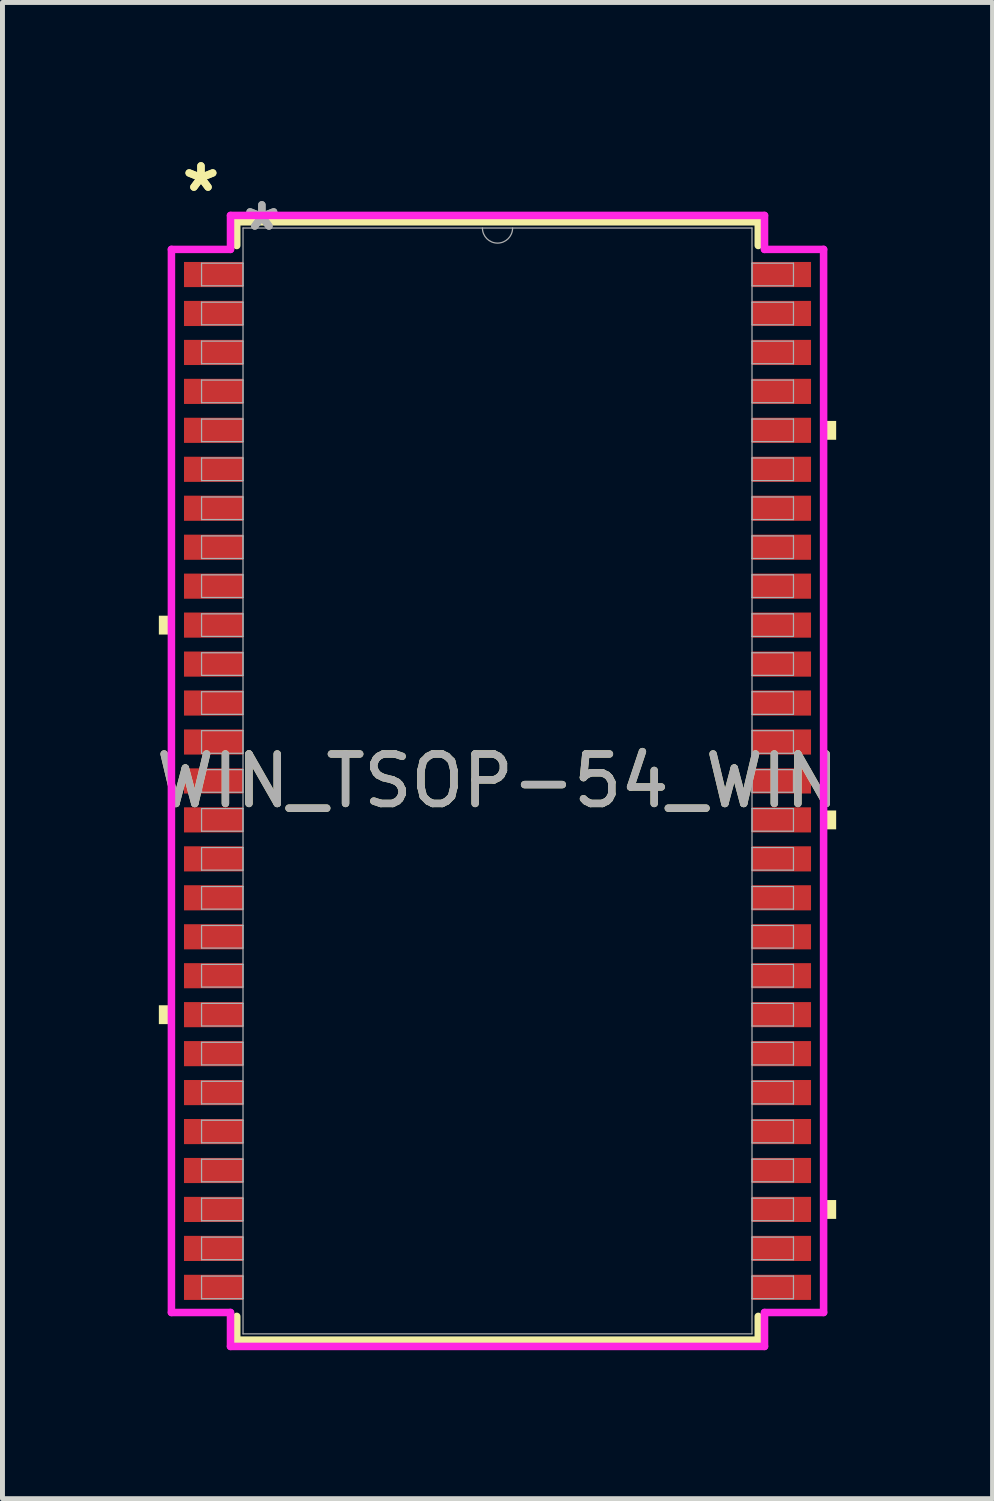
<source format=kicad_pcb>
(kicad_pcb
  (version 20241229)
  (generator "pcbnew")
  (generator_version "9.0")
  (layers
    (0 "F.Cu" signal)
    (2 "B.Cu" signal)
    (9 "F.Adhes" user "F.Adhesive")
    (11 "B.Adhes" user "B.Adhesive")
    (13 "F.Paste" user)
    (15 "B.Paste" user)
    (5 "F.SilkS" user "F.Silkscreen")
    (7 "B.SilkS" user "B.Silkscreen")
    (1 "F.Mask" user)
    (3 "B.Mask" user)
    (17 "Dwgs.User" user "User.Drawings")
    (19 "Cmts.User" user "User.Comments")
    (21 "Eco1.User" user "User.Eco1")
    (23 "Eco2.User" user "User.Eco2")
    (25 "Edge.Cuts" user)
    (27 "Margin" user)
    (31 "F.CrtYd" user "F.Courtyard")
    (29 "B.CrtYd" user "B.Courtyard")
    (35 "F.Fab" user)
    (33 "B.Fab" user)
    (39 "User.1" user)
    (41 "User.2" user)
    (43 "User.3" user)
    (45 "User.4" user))
  (footprint "WIN_TSOP-54_WIN"
    (layer "F.Cu")
    (at 7.006 12.735)
    (property "Reference" "WIN_TSOP-54_WIN" (at 0 0 0) (unlocked yes) (layer "F.SilkS") (effects (font (size 1 1) (thickness 0.15))))
    (attr smd)
    (fp_line (start -5.271 -11.303) (end -5.271 -10.823) (stroke (width 0.152) (type solid)) (layer "F.SilkS"))
    (fp_line (start -5.271 10.823) (end -5.271 11.303) (stroke (width 0.152) (type solid)) (layer "F.SilkS"))
    (fp_line (start -5.271 11.303) (end 5.271 11.303) (stroke (width 0.152) (type solid)) (layer "F.SilkS"))
    (fp_line (start 5.271 -11.303) (end -5.271 -11.303) (stroke (width 0.152) (type solid)) (layer "F.SilkS"))
    (fp_line (start 5.271 -10.823) (end 5.271 -11.303) (stroke (width 0.152) (type solid)) (layer "F.SilkS"))
    (fp_line (start 5.271 11.303) (end 5.271 10.823) (stroke (width 0.152) (type solid)) (layer "F.SilkS"))
    (fp_poly (pts (xy -6.845 -3.34) (xy -6.845 -2.959) (xy -6.591 -2.959) (xy -6.591 -3.34)) (stroke (width 0) (type solid)) (fill yes) (layer "F.SilkS"))
    (fp_poly (pts (xy -6.845 4.534) (xy -6.845 4.915) (xy -6.591 4.915) (xy -6.591 4.534)) (stroke (width 0) (type solid)) (fill yes) (layer "F.SilkS"))
    (fp_poly (pts (xy 6.845 -7.277) (xy 6.845 -6.896) (xy 6.591 -6.896) (xy 6.591 -7.277)) (stroke (width 0) (type solid)) (fill yes) (layer "F.SilkS"))
    (fp_poly (pts (xy 6.845 0.597) (xy 6.845 0.978) (xy 6.591 0.978) (xy 6.591 0.597)) (stroke (width 0) (type solid)) (fill yes) (layer "F.SilkS"))
    (fp_poly (pts (xy 6.845 8.471) (xy 6.845 8.852) (xy 6.591 8.852) (xy 6.591 8.471)) (stroke (width 0) (type solid)) (fill yes) (layer "F.SilkS"))
    (fp_line (start -6.591 -10.744) (end -5.397 -10.744) (stroke (width 0.152) (type solid)) (layer "F.CrtYd"))
    (fp_line (start -6.591 10.744) (end -6.591 -10.744) (stroke (width 0.152) (type solid)) (layer "F.CrtYd"))
    (fp_line (start -6.591 10.744) (end -5.397 10.744) (stroke (width 0.152) (type solid)) (layer "F.CrtYd"))
    (fp_line (start -5.397 -11.43) (end 5.397 -11.43) (stroke (width 0.152) (type solid)) (layer "F.CrtYd"))
    (fp_line (start -5.397 -10.744) (end -5.397 -11.43) (stroke (width 0.152) (type solid)) (layer "F.CrtYd"))
    (fp_line (start -5.397 11.43) (end -5.397 10.744) (stroke (width 0.152) (type solid)) (layer "F.CrtYd"))
    (fp_line (start 5.397 -11.43) (end 5.397 -10.744) (stroke (width 0.152) (type solid)) (layer "F.CrtYd"))
    (fp_line (start 5.397 10.744) (end 5.397 11.43) (stroke (width 0.152) (type solid)) (layer "F.CrtYd"))
    (fp_line (start 5.397 11.43) (end -5.397 11.43) (stroke (width 0.152) (type solid)) (layer "F.CrtYd"))
    (fp_line (start 6.591 -10.744) (end 5.397 -10.744) (stroke (width 0.152) (type solid)) (layer "F.CrtYd"))
    (fp_line (start 6.591 -10.744) (end 6.591 10.744) (stroke (width 0.152) (type solid)) (layer "F.CrtYd"))
    (fp_line (start 6.591 10.744) (end 5.397 10.744) (stroke (width 0.152) (type solid)) (layer "F.CrtYd"))
    (fp_line (start -5.982 -10.465) (end -5.982 -10.008) (stroke (width 0.025) (type solid)) (layer "F.Fab"))
    (fp_line (start -5.982 -10.008) (end -5.144 -10.008) (stroke (width 0.025) (type solid)) (layer "F.Fab"))
    (fp_line (start -5.982 -9.677) (end -5.982 -9.22) (stroke (width 0.025) (type solid)) (layer "F.Fab"))
    (fp_line (start -5.982 -9.22) (end -5.144 -9.22) (stroke (width 0.025) (type solid)) (layer "F.Fab"))
    (fp_line (start -5.982 -8.89) (end -5.982 -8.433) (stroke (width 0.025) (type solid)) (layer "F.Fab"))
    (fp_line (start -5.982 -8.433) (end -5.144 -8.433) (stroke (width 0.025) (type solid)) (layer "F.Fab"))
    (fp_line (start -5.982 -8.103) (end -5.982 -7.645) (stroke (width 0.025) (type solid)) (layer "F.Fab"))
    (fp_line (start -5.982 -7.645) (end -5.144 -7.645) (stroke (width 0.025) (type solid)) (layer "F.Fab"))
    (fp_line (start -5.982 -7.315) (end -5.982 -6.858) (stroke (width 0.025) (type solid)) (layer "F.Fab"))
    (fp_line (start -5.982 -6.858) (end -5.144 -6.858) (stroke (width 0.025) (type solid)) (layer "F.Fab"))
    (fp_line (start -5.982 -6.528) (end -5.982 -6.071) (stroke (width 0.025) (type solid)) (layer "F.Fab"))
    (fp_line (start -5.982 -6.071) (end -5.144 -6.071) (stroke (width 0.025) (type solid)) (layer "F.Fab"))
    (fp_line (start -5.982 -5.74) (end -5.982 -5.283) (stroke (width 0.025) (type solid)) (layer "F.Fab"))
    (fp_line (start -5.982 -5.283) (end -5.144 -5.283) (stroke (width 0.025) (type solid)) (layer "F.Fab"))
    (fp_line (start -5.982 -4.953) (end -5.982 -4.496) (stroke (width 0.025) (type solid)) (layer "F.Fab"))
    (fp_line (start -5.982 -4.496) (end -5.144 -4.496) (stroke (width 0.025) (type solid)) (layer "F.Fab"))
    (fp_line (start -5.982 -4.166) (end -5.982 -3.708) (stroke (width 0.025) (type solid)) (layer "F.Fab"))
    (fp_line (start -5.982 -3.708) (end -5.144 -3.708) (stroke (width 0.025) (type solid)) (layer "F.Fab"))
    (fp_line (start -5.982 -3.378) (end -5.982 -2.921) (stroke (width 0.025) (type solid)) (layer "F.Fab"))
    (fp_line (start -5.982 -2.921) (end -5.144 -2.921) (stroke (width 0.025) (type solid)) (layer "F.Fab"))
    (fp_line (start -5.982 -2.591) (end -5.982 -2.134) (stroke (width 0.025) (type solid)) (layer "F.Fab"))
    (fp_line (start -5.982 -2.134) (end -5.144 -2.134) (stroke (width 0.025) (type solid)) (layer "F.Fab"))
    (fp_line (start -5.982 -1.803) (end -5.982 -1.346) (stroke (width 0.025) (type solid)) (layer "F.Fab"))
    (fp_line (start -5.982 -1.346) (end -5.144 -1.346) (stroke (width 0.025) (type solid)) (layer "F.Fab"))
    (fp_line (start -5.982 -1.016) (end -5.982 -0.559) (stroke (width 0.025) (type solid)) (layer "F.Fab"))
    (fp_line (start -5.982 -0.559) (end -5.144 -0.559) (stroke (width 0.025) (type solid)) (layer "F.Fab"))
    (fp_line (start -5.982 -0.229) (end -5.982 0.229) (stroke (width 0.025) (type solid)) (layer "F.Fab"))
    (fp_line (start -5.982 0.229) (end -5.144 0.229) (stroke (width 0.025) (type solid)) (layer "F.Fab"))
    (fp_line (start -5.982 0.559) (end -5.982 1.016) (stroke (width 0.025) (type solid)) (layer "F.Fab"))
    (fp_line (start -5.982 1.016) (end -5.144 1.016) (stroke (width 0.025) (type solid)) (layer "F.Fab"))
    (fp_line (start -5.982 1.346) (end -5.982 1.803) (stroke (width 0.025) (type solid)) (layer "F.Fab"))
    (fp_line (start -5.982 1.803) (end -5.144 1.803) (stroke (width 0.025) (type solid)) (layer "F.Fab"))
    (fp_line (start -5.982 2.134) (end -5.982 2.591) (stroke (width 0.025) (type solid)) (layer "F.Fab"))
    (fp_line (start -5.982 2.591) (end -5.144 2.591) (stroke (width 0.025) (type solid)) (layer "F.Fab"))
    (fp_line (start -5.982 2.921) (end -5.982 3.378) (stroke (width 0.025) (type solid)) (layer "F.Fab"))
    (fp_line (start -5.982 3.378) (end -5.144 3.378) (stroke (width 0.025) (type solid)) (layer "F.Fab"))
    (fp_line (start -5.982 3.708) (end -5.982 4.166) (stroke (width 0.025) (type solid)) (layer "F.Fab"))
    (fp_line (start -5.982 4.166) (end -5.144 4.166) (stroke (width 0.025) (type solid)) (layer "F.Fab"))
    (fp_line (start -5.982 4.496) (end -5.982 4.953) (stroke (width 0.025) (type solid)) (layer "F.Fab"))
    (fp_line (start -5.982 4.953) (end -5.144 4.953) (stroke (width 0.025) (type solid)) (layer "F.Fab"))
    (fp_line (start -5.982 5.283) (end -5.982 5.74) (stroke (width 0.025) (type solid)) (layer "F.Fab"))
    (fp_line (start -5.982 5.74) (end -5.144 5.74) (stroke (width 0.025) (type solid)) (layer "F.Fab"))
    (fp_line (start -5.982 6.071) (end -5.982 6.528) (stroke (width 0.025) (type solid)) (layer "F.Fab"))
    (fp_line (start -5.982 6.528) (end -5.144 6.528) (stroke (width 0.025) (type solid)) (layer "F.Fab"))
    (fp_line (start -5.982 6.858) (end -5.982 7.315) (stroke (width 0.025) (type solid)) (layer "F.Fab"))
    (fp_line (start -5.982 7.315) (end -5.144 7.315) (stroke (width 0.025) (type solid)) (layer "F.Fab"))
    (fp_line (start -5.982 7.645) (end -5.982 8.103) (stroke (width 0.025) (type solid)) (layer "F.Fab"))
    (fp_line (start -5.982 8.103) (end -5.144 8.103) (stroke (width 0.025) (type solid)) (layer "F.Fab"))
    (fp_line (start -5.982 8.433) (end -5.982 8.89) (stroke (width 0.025) (type solid)) (layer "F.Fab"))
    (fp_line (start -5.982 8.89) (end -5.144 8.89) (stroke (width 0.025) (type solid)) (layer "F.Fab"))
    (fp_line (start -5.982 9.22) (end -5.982 9.677) (stroke (width 0.025) (type solid)) (layer "F.Fab"))
    (fp_line (start -5.982 9.677) (end -5.144 9.677) (stroke (width 0.025) (type solid)) (layer "F.Fab"))
    (fp_line (start -5.982 10.008) (end -5.982 10.465) (stroke (width 0.025) (type solid)) (layer "F.Fab"))
    (fp_line (start -5.982 10.465) (end -5.144 10.465) (stroke (width 0.025) (type solid)) (layer "F.Fab"))
    (fp_line (start -5.144 -11.176) (end -5.144 11.176) (stroke (width 0.025) (type solid)) (layer "F.Fab"))
    (fp_line (start -5.144 -10.465) (end -5.982 -10.465) (stroke (width 0.025) (type solid)) (layer "F.Fab"))
    (fp_line (start -5.144 -10.008) (end -5.144 -10.465) (stroke (width 0.025) (type solid)) (layer "F.Fab"))
    (fp_line (start -5.144 -9.677) (end -5.982 -9.677) (stroke (width 0.025) (type solid)) (layer "F.Fab"))
    (fp_line (start -5.144 -9.22) (end -5.144 -9.677) (stroke (width 0.025) (type solid)) (layer "F.Fab"))
    (fp_line (start -5.144 -8.89) (end -5.982 -8.89) (stroke (width 0.025) (type solid)) (layer "F.Fab"))
    (fp_line (start -5.144 -8.433) (end -5.144 -8.89) (stroke (width 0.025) (type solid)) (layer "F.Fab"))
    (fp_line (start -5.144 -8.103) (end -5.982 -8.103) (stroke (width 0.025) (type solid)) (layer "F.Fab"))
    (fp_line (start -5.144 -7.645) (end -5.144 -8.103) (stroke (width 0.025) (type solid)) (layer "F.Fab"))
    (fp_line (start -5.144 -7.315) (end -5.982 -7.315) (stroke (width 0.025) (type solid)) (layer "F.Fab"))
    (fp_line (start -5.144 -6.858) (end -5.144 -7.315) (stroke (width 0.025) (type solid)) (layer "F.Fab"))
    (fp_line (start -5.144 -6.528) (end -5.982 -6.528) (stroke (width 0.025) (type solid)) (layer "F.Fab"))
    (fp_line (start -5.144 -6.071) (end -5.144 -6.528) (stroke (width 0.025) (type solid)) (layer "F.Fab"))
    (fp_line (start -5.144 -5.74) (end -5.982 -5.74) (stroke (width 0.025) (type solid)) (layer "F.Fab"))
    (fp_line (start -5.144 -5.283) (end -5.144 -5.74) (stroke (width 0.025) (type solid)) (layer "F.Fab"))
    (fp_line (start -5.144 -4.953) (end -5.982 -4.953) (stroke (width 0.025) (type solid)) (layer "F.Fab"))
    (fp_line (start -5.144 -4.496) (end -5.144 -4.953) (stroke (width 0.025) (type solid)) (layer "F.Fab"))
    (fp_line (start -5.144 -4.166) (end -5.982 -4.166) (stroke (width 0.025) (type solid)) (layer "F.Fab"))
    (fp_line (start -5.144 -3.708) (end -5.144 -4.166) (stroke (width 0.025) (type solid)) (layer "F.Fab"))
    (fp_line (start -5.144 -3.378) (end -5.982 -3.378) (stroke (width 0.025) (type solid)) (layer "F.Fab"))
    (fp_line (start -5.144 -2.921) (end -5.144 -3.378) (stroke (width 0.025) (type solid)) (layer "F.Fab"))
    (fp_line (start -5.144 -2.591) (end -5.982 -2.591) (stroke (width 0.025) (type solid)) (layer "F.Fab"))
    (fp_line (start -5.144 -2.134) (end -5.144 -2.591) (stroke (width 0.025) (type solid)) (layer "F.Fab"))
    (fp_line (start -5.144 -1.803) (end -5.982 -1.803) (stroke (width 0.025) (type solid)) (layer "F.Fab"))
    (fp_line (start -5.144 -1.346) (end -5.144 -1.803) (stroke (width 0.025) (type solid)) (layer "F.Fab"))
    (fp_line (start -5.144 -1.016) (end -5.982 -1.016) (stroke (width 0.025) (type solid)) (layer "F.Fab"))
    (fp_line (start -5.144 -0.559) (end -5.144 -1.016) (stroke (width 0.025) (type solid)) (layer "F.Fab"))
    (fp_line (start -5.144 -0.229) (end -5.982 -0.229) (stroke (width 0.025) (type solid)) (layer "F.Fab"))
    (fp_line (start -5.144 0.229) (end -5.144 -0.229) (stroke (width 0.025) (type solid)) (layer "F.Fab"))
    (fp_line (start -5.144 0.559) (end -5.982 0.559) (stroke (width 0.025) (type solid)) (layer "F.Fab"))
    (fp_line (start -5.144 1.016) (end -5.144 0.559) (stroke (width 0.025) (type solid)) (layer "F.Fab"))
    (fp_line (start -5.144 1.346) (end -5.982 1.346) (stroke (width 0.025) (type solid)) (layer "F.Fab"))
    (fp_line (start -5.144 1.803) (end -5.144 1.346) (stroke (width 0.025) (type solid)) (layer "F.Fab"))
    (fp_line (start -5.144 2.134) (end -5.982 2.134) (stroke (width 0.025) (type solid)) (layer "F.Fab"))
    (fp_line (start -5.144 2.591) (end -5.144 2.134) (stroke (width 0.025) (type solid)) (layer "F.Fab"))
    (fp_line (start -5.144 2.921) (end -5.982 2.921) (stroke (width 0.025) (type solid)) (layer "F.Fab"))
    (fp_line (start -5.144 3.378) (end -5.144 2.921) (stroke (width 0.025) (type solid)) (layer "F.Fab"))
    (fp_line (start -5.144 3.708) (end -5.982 3.708) (stroke (width 0.025) (type solid)) (layer "F.Fab"))
    (fp_line (start -5.144 4.166) (end -5.144 3.708) (stroke (width 0.025) (type solid)) (layer "F.Fab"))
    (fp_line (start -5.144 4.496) (end -5.982 4.496) (stroke (width 0.025) (type solid)) (layer "F.Fab"))
    (fp_line (start -5.144 4.953) (end -5.144 4.496) (stroke (width 0.025) (type solid)) (layer "F.Fab"))
    (fp_line (start -5.144 5.283) (end -5.982 5.283) (stroke (width 0.025) (type solid)) (layer "F.Fab"))
    (fp_line (start -5.144 5.74) (end -5.144 5.283) (stroke (width 0.025) (type solid)) (layer "F.Fab"))
    (fp_line (start -5.144 6.071) (end -5.982 6.071) (stroke (width 0.025) (type solid)) (layer "F.Fab"))
    (fp_line (start -5.144 6.528) (end -5.144 6.071) (stroke (width 0.025) (type solid)) (layer "F.Fab"))
    (fp_line (start -5.144 6.858) (end -5.982 6.858) (stroke (width 0.025) (type solid)) (layer "F.Fab"))
    (fp_line (start -5.144 7.315) (end -5.144 6.858) (stroke (width 0.025) (type solid)) (layer "F.Fab"))
    (fp_line (start -5.144 7.645) (end -5.982 7.645) (stroke (width 0.025) (type solid)) (layer "F.Fab"))
    (fp_line (start -5.144 8.103) (end -5.144 7.645) (stroke (width 0.025) (type solid)) (layer "F.Fab"))
    (fp_line (start -5.144 8.433) (end -5.982 8.433) (stroke (width 0.025) (type solid)) (layer "F.Fab"))
    (fp_line (start -5.144 8.89) (end -5.144 8.433) (stroke (width 0.025) (type solid)) (layer "F.Fab"))
    (fp_line (start -5.144 9.22) (end -5.982 9.22) (stroke (width 0.025) (type solid)) (layer "F.Fab"))
    (fp_line (start -5.144 9.677) (end -5.144 9.22) (stroke (width 0.025) (type solid)) (layer "F.Fab"))
    (fp_line (start -5.144 10.008) (end -5.982 10.008) (stroke (width 0.025) (type solid)) (layer "F.Fab"))
    (fp_line (start -5.144 10.465) (end -5.144 10.008) (stroke (width 0.025) (type solid)) (layer "F.Fab"))
    (fp_line (start -5.144 11.176) (end 5.144 11.176) (stroke (width 0.025) (type solid)) (layer "F.Fab"))
    (fp_line (start 5.144 -11.176) (end -5.144 -11.176) (stroke (width 0.025) (type solid)) (layer "F.Fab"))
    (fp_line (start 5.144 -10.465) (end 5.144 -10.008) (stroke (width 0.025) (type solid)) (layer "F.Fab"))
    (fp_line (start 5.144 -10.008) (end 5.982 -10.008) (stroke (width 0.025) (type solid)) (layer "F.Fab"))
    (fp_line (start 5.144 -9.677) (end 5.144 -9.22) (stroke (width 0.025) (type solid)) (layer "F.Fab"))
    (fp_line (start 5.144 -9.22) (end 5.982 -9.22) (stroke (width 0.025) (type solid)) (layer "F.Fab"))
    (fp_line (start 5.144 -8.89) (end 5.144 -8.433) (stroke (width 0.025) (type solid)) (layer "F.Fab"))
    (fp_line (start 5.144 -8.433) (end 5.982 -8.433) (stroke (width 0.025) (type solid)) (layer "F.Fab"))
    (fp_line (start 5.144 -8.103) (end 5.144 -7.645) (stroke (width 0.025) (type solid)) (layer "F.Fab"))
    (fp_line (start 5.144 -7.645) (end 5.982 -7.645) (stroke (width 0.025) (type solid)) (layer "F.Fab"))
    (fp_line (start 5.144 -7.315) (end 5.144 -6.858) (stroke (width 0.025) (type solid)) (layer "F.Fab"))
    (fp_line (start 5.144 -6.858) (end 5.982 -6.858) (stroke (width 0.025) (type solid)) (layer "F.Fab"))
    (fp_line (start 5.144 -6.528) (end 5.144 -6.071) (stroke (width 0.025) (type solid)) (layer "F.Fab"))
    (fp_line (start 5.144 -6.071) (end 5.982 -6.071) (stroke (width 0.025) (type solid)) (layer "F.Fab"))
    (fp_line (start 5.144 -5.74) (end 5.144 -5.283) (stroke (width 0.025) (type solid)) (layer "F.Fab"))
    (fp_line (start 5.144 -5.283) (end 5.982 -5.283) (stroke (width 0.025) (type solid)) (layer "F.Fab"))
    (fp_line (start 5.144 -4.953) (end 5.144 -4.496) (stroke (width 0.025) (type solid)) (layer "F.Fab"))
    (fp_line (start 5.144 -4.496) (end 5.982 -4.496) (stroke (width 0.025) (type solid)) (layer "F.Fab"))
    (fp_line (start 5.144 -4.166) (end 5.144 -3.708) (stroke (width 0.025) (type solid)) (layer "F.Fab"))
    (fp_line (start 5.144 -3.708) (end 5.982 -3.708) (stroke (width 0.025) (type solid)) (layer "F.Fab"))
    (fp_line (start 5.144 -3.378) (end 5.144 -2.921) (stroke (width 0.025) (type solid)) (layer "F.Fab"))
    (fp_line (start 5.144 -2.921) (end 5.982 -2.921) (stroke (width 0.025) (type solid)) (layer "F.Fab"))
    (fp_line (start 5.144 -2.591) (end 5.144 -2.134) (stroke (width 0.025) (type solid)) (layer "F.Fab"))
    (fp_line (start 5.144 -2.134) (end 5.982 -2.134) (stroke (width 0.025) (type solid)) (layer "F.Fab"))
    (fp_line (start 5.144 -1.803) (end 5.144 -1.346) (stroke (width 0.025) (type solid)) (layer "F.Fab"))
    (fp_line (start 5.144 -1.346) (end 5.982 -1.346) (stroke (width 0.025) (type solid)) (layer "F.Fab"))
    (fp_line (start 5.144 -1.016) (end 5.144 -0.559) (stroke (width 0.025) (type solid)) (layer "F.Fab"))
    (fp_line (start 5.144 -0.559) (end 5.982 -0.559) (stroke (width 0.025) (type solid)) (layer "F.Fab"))
    (fp_line (start 5.144 -0.229) (end 5.144 0.229) (stroke (width 0.025) (type solid)) (layer "F.Fab"))
    (fp_line (start 5.144 0.229) (end 5.982 0.229) (stroke (width 0.025) (type solid)) (layer "F.Fab"))
    (fp_line (start 5.144 0.559) (end 5.144 1.016) (stroke (width 0.025) (type solid)) (layer "F.Fab"))
    (fp_line (start 5.144 1.016) (end 5.982 1.016) (stroke (width 0.025) (type solid)) (layer "F.Fab"))
    (fp_line (start 5.144 1.346) (end 5.144 1.803) (stroke (width 0.025) (type solid)) (layer "F.Fab"))
    (fp_line (start 5.144 1.803) (end 5.982 1.803) (stroke (width 0.025) (type solid)) (layer "F.Fab"))
    (fp_line (start 5.144 2.134) (end 5.144 2.591) (stroke (width 0.025) (type solid)) (layer "F.Fab"))
    (fp_line (start 5.144 2.591) (end 5.982 2.591) (stroke (width 0.025) (type solid)) (layer "F.Fab"))
    (fp_line (start 5.144 2.921) (end 5.144 3.378) (stroke (width 0.025) (type solid)) (layer "F.Fab"))
    (fp_line (start 5.144 3.378) (end 5.982 3.378) (stroke (width 0.025) (type solid)) (layer "F.Fab"))
    (fp_line (start 5.144 3.708) (end 5.144 4.166) (stroke (width 0.025) (type solid)) (layer "F.Fab"))
    (fp_line (start 5.144 4.166) (end 5.982 4.166) (stroke (width 0.025) (type solid)) (layer "F.Fab"))
    (fp_line (start 5.144 4.496) (end 5.144 4.953) (stroke (width 0.025) (type solid)) (layer "F.Fab"))
    (fp_line (start 5.144 4.953) (end 5.982 4.953) (stroke (width 0.025) (type solid)) (layer "F.Fab"))
    (fp_line (start 5.144 5.283) (end 5.144 5.74) (stroke (width 0.025) (type solid)) (layer "F.Fab"))
    (fp_line (start 5.144 5.74) (end 5.982 5.74) (stroke (width 0.025) (type solid)) (layer "F.Fab"))
    (fp_line (start 5.144 6.071) (end 5.144 6.528) (stroke (width 0.025) (type solid)) (layer "F.Fab"))
    (fp_line (start 5.144 6.528) (end 5.982 6.528) (stroke (width 0.025) (type solid)) (layer "F.Fab"))
    (fp_line (start 5.144 6.858) (end 5.144 7.315) (stroke (width 0.025) (type solid)) (layer "F.Fab"))
    (fp_line (start 5.144 7.315) (end 5.982 7.315) (stroke (width 0.025) (type solid)) (layer "F.Fab"))
    (fp_line (start 5.144 7.645) (end 5.144 8.103) (stroke (width 0.025) (type solid)) (layer "F.Fab"))
    (fp_line (start 5.144 8.103) (end 5.982 8.103) (stroke (width 0.025) (type solid)) (layer "F.Fab"))
    (fp_line (start 5.144 8.433) (end 5.144 8.89) (stroke (width 0.025) (type solid)) (layer "F.Fab"))
    (fp_line (start 5.144 8.89) (end 5.982 8.89) (stroke (width 0.025) (type solid)) (layer "F.Fab"))
    (fp_line (start 5.144 9.22) (end 5.144 9.677) (stroke (width 0.025) (type solid)) (layer "F.Fab"))
    (fp_line (start 5.144 9.677) (end 5.982 9.677) (stroke (width 0.025) (type solid)) (layer "F.Fab"))
    (fp_line (start 5.144 10.008) (end 5.144 10.465) (stroke (width 0.025) (type solid)) (layer "F.Fab"))
    (fp_line (start 5.144 10.465) (end 5.982 10.465) (stroke (width 0.025) (type solid)) (layer "F.Fab"))
    (fp_line (start 5.144 11.176) (end 5.144 -11.176) (stroke (width 0.025) (type solid)) (layer "F.Fab"))
    (fp_line (start 5.982 -10.465) (end 5.144 -10.465) (stroke (width 0.025) (type solid)) (layer "F.Fab"))
    (fp_line (start 5.982 -10.008) (end 5.982 -10.465) (stroke (width 0.025) (type solid)) (layer "F.Fab"))
    (fp_line (start 5.982 -9.677) (end 5.144 -9.677) (stroke (width 0.025) (type solid)) (layer "F.Fab"))
    (fp_line (start 5.982 -9.22) (end 5.982 -9.677) (stroke (width 0.025) (type solid)) (layer "F.Fab"))
    (fp_line (start 5.982 -8.89) (end 5.144 -8.89) (stroke (width 0.025) (type solid)) (layer "F.Fab"))
    (fp_line (start 5.982 -8.433) (end 5.982 -8.89) (stroke (width 0.025) (type solid)) (layer "F.Fab"))
    (fp_line (start 5.982 -8.103) (end 5.144 -8.103) (stroke (width 0.025) (type solid)) (layer "F.Fab"))
    (fp_line (start 5.982 -7.645) (end 5.982 -8.103) (stroke (width 0.025) (type solid)) (layer "F.Fab"))
    (fp_line (start 5.982 -7.315) (end 5.144 -7.315) (stroke (width 0.025) (type solid)) (layer "F.Fab"))
    (fp_line (start 5.982 -6.858) (end 5.982 -7.315) (stroke (width 0.025) (type solid)) (layer "F.Fab"))
    (fp_line (start 5.982 -6.528) (end 5.144 -6.528) (stroke (width 0.025) (type solid)) (layer "F.Fab"))
    (fp_line (start 5.982 -6.071) (end 5.982 -6.528) (stroke (width 0.025) (type solid)) (layer "F.Fab"))
    (fp_line (start 5.982 -5.74) (end 5.144 -5.74) (stroke (width 0.025) (type solid)) (layer "F.Fab"))
    (fp_line (start 5.982 -5.283) (end 5.982 -5.74) (stroke (width 0.025) (type solid)) (layer "F.Fab"))
    (fp_line (start 5.982 -4.953) (end 5.144 -4.953) (stroke (width 0.025) (type solid)) (layer "F.Fab"))
    (fp_line (start 5.982 -4.496) (end 5.982 -4.953) (stroke (width 0.025) (type solid)) (layer "F.Fab"))
    (fp_line (start 5.982 -4.166) (end 5.144 -4.166) (stroke (width 0.025) (type solid)) (layer "F.Fab"))
    (fp_line (start 5.982 -3.708) (end 5.982 -4.166) (stroke (width 0.025) (type solid)) (layer "F.Fab"))
    (fp_line (start 5.982 -3.378) (end 5.144 -3.378) (stroke (width 0.025) (type solid)) (layer "F.Fab"))
    (fp_line (start 5.982 -2.921) (end 5.982 -3.378) (stroke (width 0.025) (type solid)) (layer "F.Fab"))
    (fp_line (start 5.982 -2.591) (end 5.144 -2.591) (stroke (width 0.025) (type solid)) (layer "F.Fab"))
    (fp_line (start 5.982 -2.134) (end 5.982 -2.591) (stroke (width 0.025) (type solid)) (layer "F.Fab"))
    (fp_line (start 5.982 -1.803) (end 5.144 -1.803) (stroke (width 0.025) (type solid)) (layer "F.Fab"))
    (fp_line (start 5.982 -1.346) (end 5.982 -1.803) (stroke (width 0.025) (type solid)) (layer "F.Fab"))
    (fp_line (start 5.982 -1.016) (end 5.144 -1.016) (stroke (width 0.025) (type solid)) (layer "F.Fab"))
    (fp_line (start 5.982 -0.559) (end 5.982 -1.016) (stroke (width 0.025) (type solid)) (layer "F.Fab"))
    (fp_line (start 5.982 -0.229) (end 5.144 -0.229) (stroke (width 0.025) (type solid)) (layer "F.Fab"))
    (fp_line (start 5.982 0.229) (end 5.982 -0.229) (stroke (width 0.025) (type solid)) (layer "F.Fab"))
    (fp_line (start 5.982 0.559) (end 5.144 0.559) (stroke (width 0.025) (type solid)) (layer "F.Fab"))
    (fp_line (start 5.982 1.016) (end 5.982 0.559) (stroke (width 0.025) (type solid)) (layer "F.Fab"))
    (fp_line (start 5.982 1.346) (end 5.144 1.346) (stroke (width 0.025) (type solid)) (layer "F.Fab"))
    (fp_line (start 5.982 1.803) (end 5.982 1.346) (stroke (width 0.025) (type solid)) (layer "F.Fab"))
    (fp_line (start 5.982 2.134) (end 5.144 2.134) (stroke (width 0.025) (type solid)) (layer "F.Fab"))
    (fp_line (start 5.982 2.591) (end 5.982 2.134) (stroke (width 0.025) (type solid)) (layer "F.Fab"))
    (fp_line (start 5.982 2.921) (end 5.144 2.921) (stroke (width 0.025) (type solid)) (layer "F.Fab"))
    (fp_line (start 5.982 3.378) (end 5.982 2.921) (stroke (width 0.025) (type solid)) (layer "F.Fab"))
    (fp_line (start 5.982 3.708) (end 5.144 3.708) (stroke (width 0.025) (type solid)) (layer "F.Fab"))
    (fp_line (start 5.982 4.166) (end 5.982 3.708) (stroke (width 0.025) (type solid)) (layer "F.Fab"))
    (fp_line (start 5.982 4.496) (end 5.144 4.496) (stroke (width 0.025) (type solid)) (layer "F.Fab"))
    (fp_line (start 5.982 4.953) (end 5.982 4.496) (stroke (width 0.025) (type solid)) (layer "F.Fab"))
    (fp_line (start 5.982 5.283) (end 5.144 5.283) (stroke (width 0.025) (type solid)) (layer "F.Fab"))
    (fp_line (start 5.982 5.74) (end 5.982 5.283) (stroke (width 0.025) (type solid)) (layer "F.Fab"))
    (fp_line (start 5.982 6.071) (end 5.144 6.071) (stroke (width 0.025) (type solid)) (layer "F.Fab"))
    (fp_line (start 5.982 6.528) (end 5.982 6.071) (stroke (width 0.025) (type solid)) (layer "F.Fab"))
    (fp_line (start 5.982 6.858) (end 5.144 6.858) (stroke (width 0.025) (type solid)) (layer "F.Fab"))
    (fp_line (start 5.982 7.315) (end 5.982 6.858) (stroke (width 0.025) (type solid)) (layer "F.Fab"))
    (fp_line (start 5.982 7.645) (end 5.144 7.645) (stroke (width 0.025) (type solid)) (layer "F.Fab"))
    (fp_line (start 5.982 8.103) (end 5.982 7.645) (stroke (width 0.025) (type solid)) (layer "F.Fab"))
    (fp_line (start 5.982 8.433) (end 5.144 8.433) (stroke (width 0.025) (type solid)) (layer "F.Fab"))
    (fp_line (start 5.982 8.89) (end 5.982 8.433) (stroke (width 0.025) (type solid)) (layer "F.Fab"))
    (fp_line (start 5.982 9.22) (end 5.144 9.22) (stroke (width 0.025) (type solid)) (layer "F.Fab"))
    (fp_line (start 5.982 9.677) (end 5.982 9.22) (stroke (width 0.025) (type solid)) (layer "F.Fab"))
    (fp_line (start 5.982 10.008) (end 5.144 10.008) (stroke (width 0.025) (type solid)) (layer "F.Fab"))
    (fp_line (start 5.982 10.465) (end 5.982 10.008) (stroke (width 0.025) (type solid)) (layer "F.Fab"))
    (fp_arc (start 0.3048 -11.176) (mid 0 -10.8712) (end -0.3048 -11.176) (stroke (width 0.0254) (type solid)) (layer "F.Fab"))
    (fp_text user "*" (at -5.994 -11.887 0) (layer "F.SilkS") (effects (font (size 1 1) (thickness 0.15))))
    (fp_text user "*" (at -5.994 -11.887 0) (unlocked yes) (layer "F.SilkS") (effects (font (size 1 1) (thickness 0.15))))
    (fp_text user "${REFERENCE}" (at 0 0 0) (unlocked yes) (layer "F.Fab") (effects (font (size 1 1) (thickness 0.15))))
    (fp_text user "*" (at -4.763 -11.1 0) (unlocked yes) (layer "F.Fab") (effects (font (size 1 1) (thickness 0.15))))
    (fp_text user "*" (at -4.763 -11.1 0) (layer "F.Fab") (effects (font (size 1 1) (thickness 0.15))))
    (pad "1" smd rect (at -5.74 -10.236) (size 1.194 0.508) (layers "F.Cu" "F.Mask" "F.Paste"))
    (pad "2" smd rect (at -5.74 -9.449) (size 1.194 0.508) (layers "F.Cu" "F.Mask" "F.Paste"))
    (pad "3" smd rect (at -5.74 -8.661) (size 1.194 0.508) (layers "F.Cu" "F.Mask" "F.Paste"))
    (pad "4" smd rect (at -5.74 -7.874) (size 1.194 0.508) (layers "F.Cu" "F.Mask" "F.Paste"))
    (pad "5" smd rect (at -5.74 -7.087) (size 1.194 0.508) (layers "F.Cu" "F.Mask" "F.Paste"))
    (pad "6" smd rect (at -5.74 -6.299) (size 1.194 0.508) (layers "F.Cu" "F.Mask" "F.Paste"))
    (pad "7" smd rect (at -5.74 -5.512) (size 1.194 0.508) (layers "F.Cu" "F.Mask" "F.Paste"))
    (pad "8" smd rect (at -5.74 -4.724) (size 1.194 0.508) (layers "F.Cu" "F.Mask" "F.Paste"))
    (pad "9" smd rect (at -5.74 -3.937) (size 1.194 0.508) (layers "F.Cu" "F.Mask" "F.Paste"))
    (pad "10" smd rect (at -5.74 -3.15) (size 1.194 0.508) (layers "F.Cu" "F.Mask" "F.Paste"))
    (pad "11" smd rect (at -5.74 -2.362) (size 1.194 0.508) (layers "F.Cu" "F.Mask" "F.Paste"))
    (pad "12" smd rect (at -5.74 -1.575) (size 1.194 0.508) (layers "F.Cu" "F.Mask" "F.Paste"))
    (pad "13" smd rect (at -5.74 -0.787) (size 1.194 0.508) (layers "F.Cu" "F.Mask" "F.Paste"))
    (pad "14" smd rect (at -5.74 0) (size 1.194 0.508) (layers "F.Cu" "F.Mask" "F.Paste"))
    (pad "15" smd rect (at -5.74 0.787) (size 1.194 0.508) (layers "F.Cu" "F.Mask" "F.Paste"))
    (pad "16" smd rect (at -5.74 1.575) (size 1.194 0.508) (layers "F.Cu" "F.Mask" "F.Paste"))
    (pad "17" smd rect (at -5.74 2.362) (size 1.194 0.508) (layers "F.Cu" "F.Mask" "F.Paste"))
    (pad "18" smd rect (at -5.74 3.15) (size 1.194 0.508) (layers "F.Cu" "F.Mask" "F.Paste"))
    (pad "19" smd rect (at -5.74 3.937) (size 1.194 0.508) (layers "F.Cu" "F.Mask" "F.Paste"))
    (pad "20" smd rect (at -5.74 4.724) (size 1.194 0.508) (layers "F.Cu" "F.Mask" "F.Paste"))
    (pad "21" smd rect (at -5.74 5.512) (size 1.194 0.508) (layers "F.Cu" "F.Mask" "F.Paste"))
    (pad "22" smd rect (at -5.74 6.299) (size 1.194 0.508) (layers "F.Cu" "F.Mask" "F.Paste"))
    (pad "23" smd rect (at -5.74 7.087) (size 1.194 0.508) (layers "F.Cu" "F.Mask" "F.Paste"))
    (pad "24" smd rect (at -5.74 7.874) (size 1.194 0.508) (layers "F.Cu" "F.Mask" "F.Paste"))
    (pad "25" smd rect (at -5.74 8.661) (size 1.194 0.508) (layers "F.Cu" "F.Mask" "F.Paste"))
    (pad "26" smd rect (at -5.74 9.449) (size 1.194 0.508) (layers "F.Cu" "F.Mask" "F.Paste"))
    (pad "27" smd rect (at -5.74 10.236) (size 1.194 0.508) (layers "F.Cu" "F.Mask" "F.Paste"))
    (pad "28" smd rect (at 5.74 10.236) (size 1.194 0.508) (layers "F.Cu" "F.Mask" "F.Paste"))
    (pad "29" smd rect (at 5.74 9.449) (size 1.194 0.508) (layers "F.Cu" "F.Mask" "F.Paste"))
    (pad "30" smd rect (at 5.74 8.661) (size 1.194 0.508) (layers "F.Cu" "F.Mask" "F.Paste"))
    (pad "31" smd rect (at 5.74 7.874) (size 1.194 0.508) (layers "F.Cu" "F.Mask" "F.Paste"))
    (pad "32" smd rect (at 5.74 7.087) (size 1.194 0.508) (layers "F.Cu" "F.Mask" "F.Paste"))
    (pad "33" smd rect (at 5.74 6.299) (size 1.194 0.508) (layers "F.Cu" "F.Mask" "F.Paste"))
    (pad "34" smd rect (at 5.74 5.512) (size 1.194 0.508) (layers "F.Cu" "F.Mask" "F.Paste"))
    (pad "35" smd rect (at 5.74 4.724) (size 1.194 0.508) (layers "F.Cu" "F.Mask" "F.Paste"))
    (pad "36" smd rect (at 5.74 3.937) (size 1.194 0.508) (layers "F.Cu" "F.Mask" "F.Paste"))
    (pad "37" smd rect (at 5.74 3.15) (size 1.194 0.508) (layers "F.Cu" "F.Mask" "F.Paste"))
    (pad "38" smd rect (at 5.74 2.362) (size 1.194 0.508) (layers "F.Cu" "F.Mask" "F.Paste"))
    (pad "39" smd rect (at 5.74 1.575) (size 1.194 0.508) (layers "F.Cu" "F.Mask" "F.Paste"))
    (pad "40" smd rect (at 5.74 0.787) (size 1.194 0.508) (layers "F.Cu" "F.Mask" "F.Paste"))
    (pad "41" smd rect (at 5.74 0) (size 1.194 0.508) (layers "F.Cu" "F.Mask" "F.Paste"))
    (pad "42" smd rect (at 5.74 -0.787) (size 1.194 0.508) (layers "F.Cu" "F.Mask" "F.Paste"))
    (pad "43" smd rect (at 5.74 -1.575) (size 1.194 0.508) (layers "F.Cu" "F.Mask" "F.Paste"))
    (pad "44" smd rect (at 5.74 -2.362) (size 1.194 0.508) (layers "F.Cu" "F.Mask" "F.Paste"))
    (pad "45" smd rect (at 5.74 -3.15) (size 1.194 0.508) (layers "F.Cu" "F.Mask" "F.Paste"))
    (pad "46" smd rect (at 5.74 -3.937) (size 1.194 0.508) (layers "F.Cu" "F.Mask" "F.Paste"))
    (pad "47" smd rect (at 5.74 -4.724) (size 1.194 0.508) (layers "F.Cu" "F.Mask" "F.Paste"))
    (pad "48" smd rect (at 5.74 -5.512) (size 1.194 0.508) (layers "F.Cu" "F.Mask" "F.Paste"))
    (pad "49" smd rect (at 5.74 -6.299) (size 1.194 0.508) (layers "F.Cu" "F.Mask" "F.Paste"))
    (pad "50" smd rect (at 5.74 -7.087) (size 1.194 0.508) (layers "F.Cu" "F.Mask" "F.Paste"))
    (pad "51" smd rect (at 5.74 -7.874) (size 1.194 0.508) (layers "F.Cu" "F.Mask" "F.Paste"))
    (pad "52" smd rect (at 5.74 -8.661) (size 1.194 0.508) (layers "F.Cu" "F.Mask" "F.Paste"))
    (pad "53" smd rect (at 5.74 -9.449) (size 1.194 0.508) (layers "F.Cu" "F.Mask" "F.Paste"))
    (pad "54" smd rect (at 5.74 -10.236) (size 1.194 0.508) (layers "F.Cu" "F.Mask" "F.Paste")))
  (gr_rect
    (start -3 -3)
    (end 17.012 27.242)
    (stroke (width 0.1) (type default))
    (fill no)
    (layer "Edge.Cuts")))
</source>
